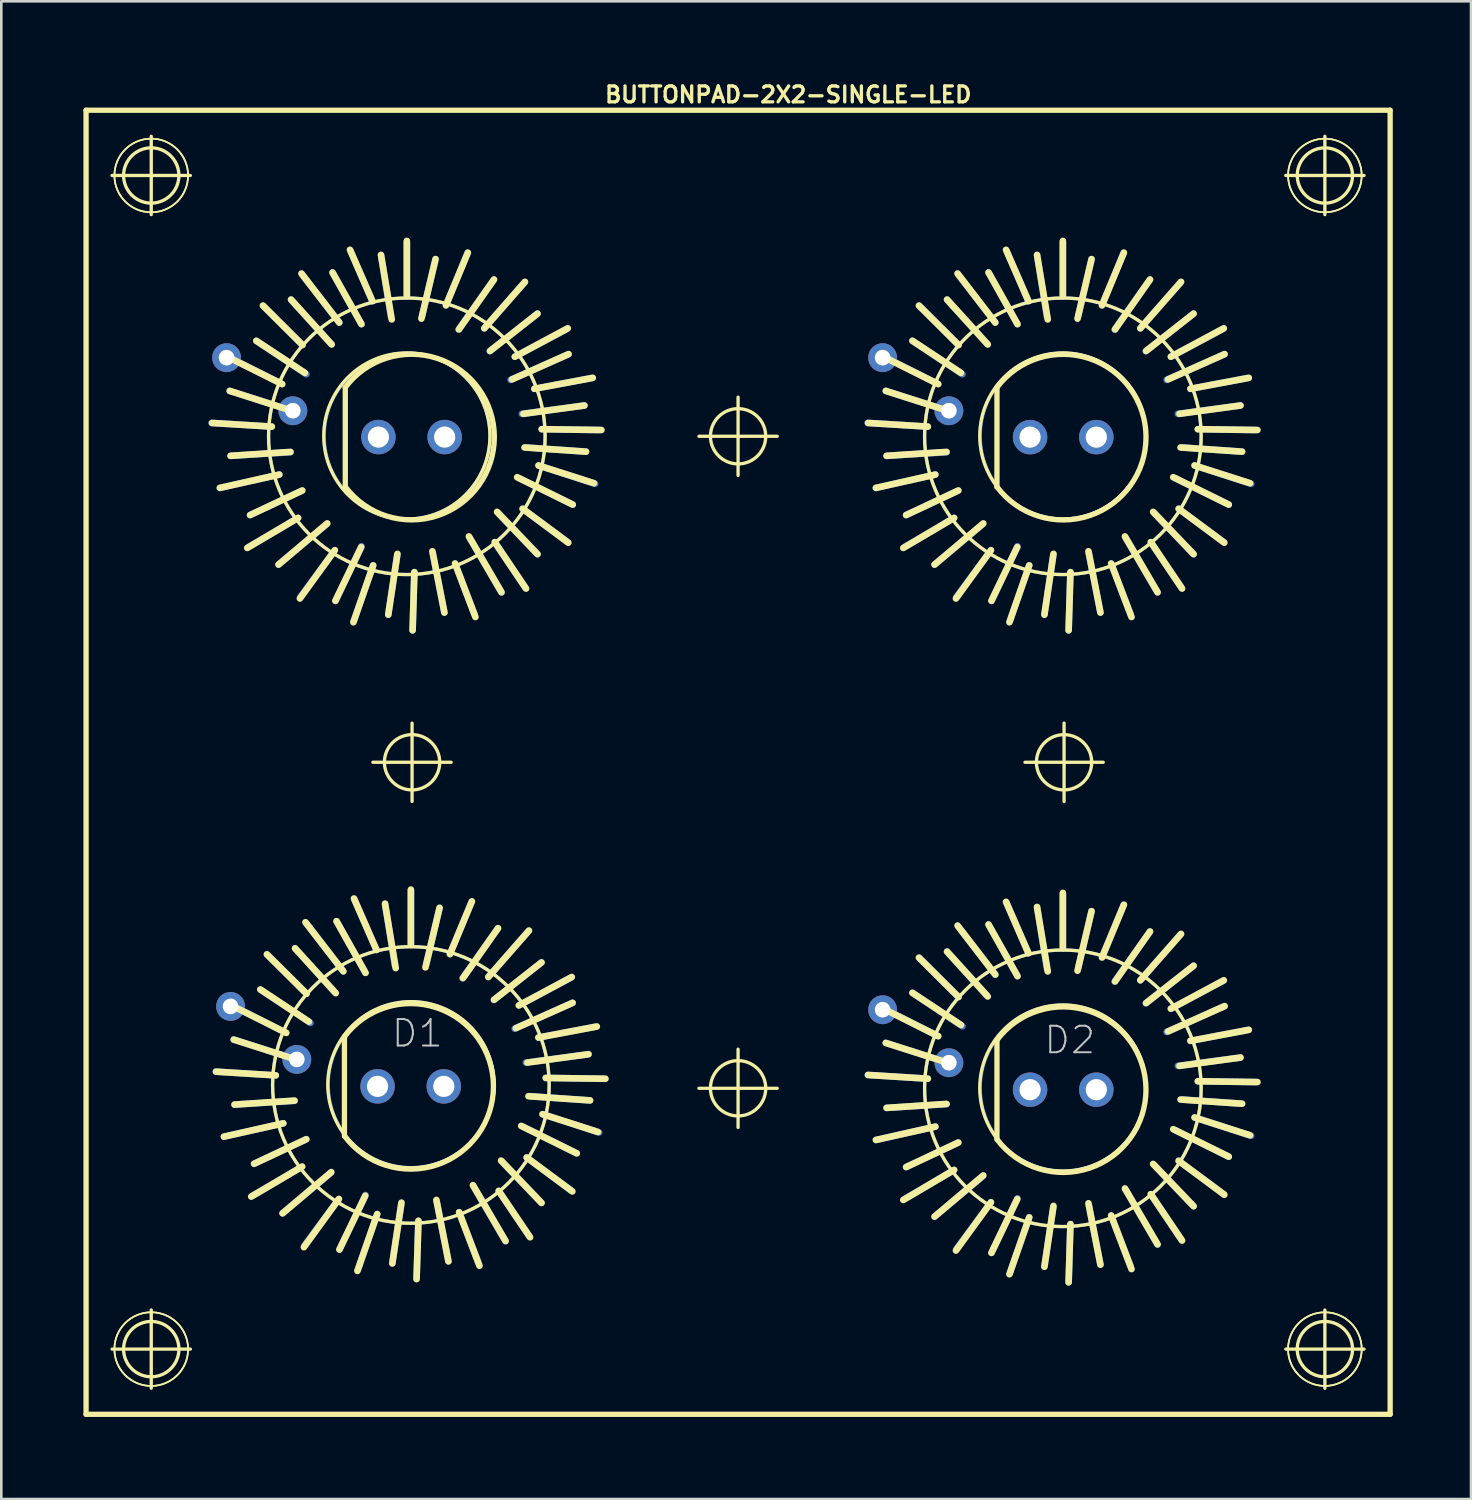
<source format=kicad_pcb>
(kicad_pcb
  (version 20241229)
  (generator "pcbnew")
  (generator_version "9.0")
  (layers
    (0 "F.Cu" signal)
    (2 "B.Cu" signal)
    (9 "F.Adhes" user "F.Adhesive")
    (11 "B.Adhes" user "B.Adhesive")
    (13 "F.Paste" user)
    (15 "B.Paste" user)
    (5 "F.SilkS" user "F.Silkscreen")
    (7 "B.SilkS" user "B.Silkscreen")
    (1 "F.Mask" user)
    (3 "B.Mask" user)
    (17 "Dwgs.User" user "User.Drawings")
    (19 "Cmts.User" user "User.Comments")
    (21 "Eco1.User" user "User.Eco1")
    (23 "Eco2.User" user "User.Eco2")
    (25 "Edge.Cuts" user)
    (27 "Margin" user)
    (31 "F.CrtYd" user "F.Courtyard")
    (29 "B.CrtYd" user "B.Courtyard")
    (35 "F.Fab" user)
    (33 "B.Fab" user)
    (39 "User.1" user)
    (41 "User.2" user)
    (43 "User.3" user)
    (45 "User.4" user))
  (footprint "BUTTONPAD-2X2-SINGLE-LED"
    (layer "F.Cu")
    (at 0.25 51.176)
    (property "Reference" "BUTTONPAD-2X2-SINGLE-LED" (at 26.924 -50.597 0) (layer "F.SilkS") (effects (font (size 0.61 0.61) (thickness 0.127))))
    (attr exclude_from_pos_files exclude_from_bom)
    (fp_line (start 4.818 -38.009) (end 7.12 -37.869) (stroke (width 0.254) (type solid)) (layer "B.Cu"))
    (fp_line (start 4.973 -13.137) (end 7.272 -12.995) (stroke (width 0.254) (type solid)) (layer "B.Cu"))
    (fp_line (start 5.138 -35.519) (end 7.409 -36.03) (stroke (width 0.254) (type solid)) (layer "B.Cu"))
    (fp_line (start 5.293 -10.645) (end 7.562 -11.156) (stroke (width 0.254) (type solid)) (layer "B.Cu"))
    (fp_line (start 5.458 -40.538) (end 7.518 -39.5) (stroke (width 0.254) (type solid)) (layer "B.Cu"))
    (fp_line (start 5.613 -15.667) (end 7.673 -14.625) (stroke (width 0.254) (type solid)) (layer "B.Cu"))
    (fp_line (start 6.228 -33.249) (end 8.128 -34.369) (stroke (width 0.254) (type solid)) (layer "B.Cu"))
    (fp_line (start 6.383 -8.377) (end 8.283 -9.495) (stroke (width 0.254) (type solid)) (layer "B.Cu"))
    (fp_line (start 6.8 -42.499) (end 8.298 -40.998) (stroke (width 0.254) (type solid)) (layer "B.Cu"))
    (fp_line (start 6.952 -17.625) (end 8.453 -16.126) (stroke (width 0.254) (type solid)) (layer "B.Cu"))
    (fp_line (start 7.838 -38.499) (end 5.509 -39.238) (stroke (width 0.254) (type solid)) (layer "B.Cu"))
    (fp_line (start 7.838 -36.888) (end 5.54 -36.749) (stroke (width 0.254) (type solid)) (layer "B.Cu"))
    (fp_line (start 7.993 -13.625) (end 5.662 -14.366) (stroke (width 0.254) (type solid)) (layer "B.Cu"))
    (fp_line (start 7.993 -12.017) (end 5.692 -11.874) (stroke (width 0.254) (type solid)) (layer "B.Cu"))
    (fp_line (start 8.209 -31.328) (end 9.538 -33.129) (stroke (width 0.254) (type solid)) (layer "B.Cu"))
    (fp_line (start 8.288 -43.698) (end 9.708 -41.859) (stroke (width 0.254) (type solid)) (layer "B.Cu"))
    (fp_line (start 8.288 -35.418) (end 6.289 -34.478) (stroke (width 0.254) (type solid)) (layer "B.Cu"))
    (fp_line (start 8.362 -6.457) (end 9.693 -8.255) (stroke (width 0.254) (type solid)) (layer "B.Cu"))
    (fp_line (start 8.443 -18.826) (end 9.863 -16.985) (stroke (width 0.254) (type solid)) (layer "B.Cu"))
    (fp_line (start 8.443 -10.546) (end 6.444 -9.606) (stroke (width 0.254) (type solid)) (layer "B.Cu"))
    (fp_line (start 8.448 -39.878) (end 6.528 -41.158) (stroke (width 0.254) (type solid)) (layer "B.Cu"))
    (fp_line (start 8.603 -15.006) (end 6.683 -16.286) (stroke (width 0.254) (type solid)) (layer "B.Cu"))
    (fp_line (start 9.228 -34.13) (end 7.379 -32.578) (stroke (width 0.254) (type solid)) (layer "B.Cu"))
    (fp_line (start 9.383 -9.256) (end 7.534 -7.706) (stroke (width 0.254) (type solid)) (layer "B.Cu"))
    (fp_line (start 9.388 -41.049) (end 7.859 -42.738) (stroke (width 0.254) (type solid)) (layer "B.Cu"))
    (fp_line (start 9.543 -16.175) (end 8.014 -17.866) (stroke (width 0.254) (type solid)) (layer "B.Cu"))
    (fp_line (start 10.14 -44.607) (end 10.978 -42.68) (stroke (width 0.254) (type solid)) (layer "B.Cu"))
    (fp_line (start 10.269 -30.419) (end 11.008 -32.548) (stroke (width 0.254) (type solid)) (layer "B.Cu"))
    (fp_line (start 10.292 -19.736) (end 11.133 -17.805) (stroke (width 0.254) (type solid)) (layer "B.Cu"))
    (fp_line (start 10.422 -5.545) (end 11.163 -7.676) (stroke (width 0.254) (type solid)) (layer "B.Cu"))
    (fp_line (start 10.559 -41.798) (end 9.449 -43.779) (stroke (width 0.254) (type solid)) (layer "B.Cu"))
    (fp_line (start 10.559 -33.279) (end 9.568 -31.189) (stroke (width 0.254) (type solid)) (layer "B.Cu"))
    (fp_line (start 10.714 -16.927) (end 9.604 -18.905) (stroke (width 0.254) (type solid)) (layer "B.Cu"))
    (fp_line (start 10.714 -8.405) (end 9.723 -6.317) (stroke (width 0.254) (type solid)) (layer "B.Cu"))
    (fp_line (start 11.689 -42.067) (end 11.308 -44.45) (stroke (width 0.254) (type solid)) (layer "B.Cu"))
    (fp_line (start 11.841 -17.196) (end 11.463 -19.576) (stroke (width 0.254) (type solid)) (layer "B.Cu"))
    (fp_line (start 11.928 -32.929) (end 11.587 -30.658) (stroke (width 0.254) (type solid)) (layer "B.Cu"))
    (fp_line (start 12.083 -8.057) (end 11.742 -5.786) (stroke (width 0.254) (type solid)) (layer "B.Cu"))
    (fp_line (start 12.299 -44.958) (end 12.299 -42.868) (stroke (width 0.254) (type solid)) (layer "B.Cu"))
    (fp_line (start 12.454 -20.086) (end 12.454 -17.996) (stroke (width 0.254) (type solid)) (layer "B.Cu"))
    (fp_line (start 12.52 -30.058) (end 12.588 -32.288) (stroke (width 0.254) (type solid)) (layer "B.Cu"))
    (fp_line (start 12.672 -5.187) (end 12.743 -7.417) (stroke (width 0.254) (type solid)) (layer "B.Cu"))
    (fp_line (start 12.888 -42.118) (end 13.399 -44.29) (stroke (width 0.254) (type solid)) (layer "B.Cu"))
    (fp_line (start 13.043 -17.247) (end 13.553 -19.416) (stroke (width 0.254) (type solid)) (layer "B.Cu"))
    (fp_line (start 13.289 -33.038) (end 13.739 -30.739) (stroke (width 0.254) (type solid)) (layer "B.Cu"))
    (fp_line (start 13.442 -8.166) (end 13.894 -5.865) (stroke (width 0.254) (type solid)) (layer "B.Cu"))
    (fp_line (start 14.28 -41.59) (end 15.639 -43.508) (stroke (width 0.254) (type solid)) (layer "B.Cu"))
    (fp_line (start 14.432 -16.716) (end 15.794 -18.636) (stroke (width 0.254) (type solid)) (layer "B.Cu"))
    (fp_line (start 14.628 -44.529) (end 13.8 -42.52) (stroke (width 0.254) (type solid)) (layer "B.Cu"))
    (fp_line (start 14.709 -33.599) (end 15.928 -31.509) (stroke (width 0.254) (type solid)) (layer "B.Cu"))
    (fp_line (start 14.783 -19.655) (end 13.952 -17.645) (stroke (width 0.254) (type solid)) (layer "B.Cu"))
    (fp_line (start 14.862 -8.725) (end 16.083 -6.634) (stroke (width 0.254) (type solid)) (layer "B.Cu"))
    (fp_line (start 14.889 -30.688) (end 14.148 -32.619) (stroke (width 0.254) (type solid)) (layer "B.Cu"))
    (fp_line (start 15.042 -5.817) (end 14.303 -7.747) (stroke (width 0.254) (type solid)) (layer "B.Cu"))
    (fp_line (start 15.479 -40.759) (end 17.308 -42.2) (stroke (width 0.254) (type solid)) (layer "B.Cu"))
    (fp_line (start 15.634 -15.885) (end 17.462 -17.325) (stroke (width 0.254) (type solid)) (layer "B.Cu"))
    (fp_line (start 15.799 -34.559) (end 17.308 -32.979) (stroke (width 0.254) (type solid)) (layer "B.Cu"))
    (fp_line (start 15.954 -9.685) (end 17.462 -8.105) (stroke (width 0.254) (type solid)) (layer "B.Cu"))
    (fp_line (start 16.279 -39.66) (end 18.499 -40.648) (stroke (width 0.254) (type solid)) (layer "B.Cu"))
    (fp_line (start 16.434 -14.785) (end 18.654 -15.776) (stroke (width 0.254) (type solid)) (layer "B.Cu"))
    (fp_line (start 16.599 -35.898) (end 18.659 -34.879) (stroke (width 0.254) (type solid)) (layer "B.Cu"))
    (fp_line (start 16.708 -38.359) (end 19.108 -38.679) (stroke (width 0.254) (type solid)) (layer "B.Cu"))
    (fp_line (start 16.754 -11.026) (end 18.814 -10.005) (stroke (width 0.254) (type solid)) (layer "B.Cu"))
    (fp_line (start 16.82 -43.409) (end 15.268 -41.638) (stroke (width 0.254) (type solid)) (layer "B.Cu"))
    (fp_line (start 16.838 -31.699) (end 15.669 -33.439) (stroke (width 0.254) (type solid)) (layer "B.Cu"))
    (fp_line (start 16.863 -13.485) (end 19.263 -13.805) (stroke (width 0.254) (type solid)) (layer "B.Cu"))
    (fp_line (start 16.899 -37.069) (end 19.169 -36.909) (stroke (width 0.254) (type solid)) (layer "B.Cu"))
    (fp_line (start 16.972 -18.537) (end 15.423 -16.767) (stroke (width 0.254) (type solid)) (layer "B.Cu"))
    (fp_line (start 16.993 -6.825) (end 15.822 -8.565) (stroke (width 0.254) (type solid)) (layer "B.Cu"))
    (fp_line (start 17.054 -12.195) (end 19.322 -12.035) (stroke (width 0.254) (type solid)) (layer "B.Cu"))
    (fp_line (start 18.448 -41.618) (end 16.439 -40.549) (stroke (width 0.254) (type solid)) (layer "B.Cu"))
    (fp_line (start 18.468 -33.439) (end 16.739 -34.719) (stroke (width 0.254) (type solid)) (layer "B.Cu"))
    (fp_line (start 18.603 -16.746) (end 16.594 -15.677) (stroke (width 0.254) (type solid)) (layer "B.Cu"))
    (fp_line (start 18.623 -8.565) (end 16.894 -9.845) (stroke (width 0.254) (type solid)) (layer "B.Cu"))
    (fp_line (start 19.408 -39.738) (end 17.188 -39.319) (stroke (width 0.254) (type solid)) (layer "B.Cu"))
    (fp_line (start 19.52 -35.679) (end 17.348 -36.378) (stroke (width 0.254) (type solid)) (layer "B.Cu"))
    (fp_line (start 19.563 -14.867) (end 17.343 -14.445) (stroke (width 0.254) (type solid)) (layer "B.Cu"))
    (fp_line (start 19.672 -10.805) (end 17.503 -11.506) (stroke (width 0.254) (type solid)) (layer "B.Cu"))
    (fp_line (start 19.68 -37.739) (end 17.478 -37.77) (stroke (width 0.254) (type solid)) (layer "B.Cu"))
    (fp_line (start 19.832 -12.865) (end 17.633 -12.896) (stroke (width 0.254) (type solid)) (layer "B.Cu"))
    (fp_line (start 29.972 -38.009) (end 32.273 -37.869) (stroke (width 0.254) (type solid)) (layer "B.Cu"))
    (fp_line (start 29.972 -13.01) (end 32.273 -12.868) (stroke (width 0.254) (type solid)) (layer "B.Cu"))
    (fp_line (start 30.292 -35.519) (end 32.563 -36.03) (stroke (width 0.254) (type solid)) (layer "B.Cu"))
    (fp_line (start 30.292 -10.518) (end 32.563 -11.029) (stroke (width 0.254) (type solid)) (layer "B.Cu"))
    (fp_line (start 30.612 -40.538) (end 32.672 -39.5) (stroke (width 0.254) (type solid)) (layer "B.Cu"))
    (fp_line (start 30.612 -15.54) (end 32.672 -14.498) (stroke (width 0.254) (type solid)) (layer "B.Cu"))
    (fp_line (start 31.382 -33.249) (end 33.282 -34.369) (stroke (width 0.254) (type solid)) (layer "B.Cu"))
    (fp_line (start 31.382 -8.25) (end 33.282 -9.368) (stroke (width 0.254) (type solid)) (layer "B.Cu"))
    (fp_line (start 31.953 -42.499) (end 33.452 -40.998) (stroke (width 0.254) (type solid)) (layer "B.Cu"))
    (fp_line (start 31.953 -17.498) (end 33.452 -15.999) (stroke (width 0.254) (type solid)) (layer "B.Cu"))
    (fp_line (start 32.992 -38.499) (end 30.663 -39.238) (stroke (width 0.254) (type solid)) (layer "B.Cu"))
    (fp_line (start 32.992 -36.888) (end 30.693 -36.749) (stroke (width 0.254) (type solid)) (layer "B.Cu"))
    (fp_line (start 32.992 -13.498) (end 30.663 -14.239) (stroke (width 0.254) (type solid)) (layer "B.Cu"))
    (fp_line (start 32.992 -11.89) (end 30.693 -11.748) (stroke (width 0.254) (type solid)) (layer "B.Cu"))
    (fp_line (start 33.363 -31.328) (end 34.694 -33.129) (stroke (width 0.254) (type solid)) (layer "B.Cu"))
    (fp_line (start 33.363 -6.33) (end 34.694 -8.128) (stroke (width 0.254) (type solid)) (layer "B.Cu"))
    (fp_line (start 33.442 -43.698) (end 34.861 -41.859) (stroke (width 0.254) (type solid)) (layer "B.Cu"))
    (fp_line (start 33.442 -35.418) (end 31.443 -34.478) (stroke (width 0.254) (type solid)) (layer "B.Cu"))
    (fp_line (start 33.442 -18.699) (end 34.861 -16.858) (stroke (width 0.254) (type solid)) (layer "B.Cu"))
    (fp_line (start 33.442 -10.419) (end 31.443 -9.479) (stroke (width 0.254) (type solid)) (layer "B.Cu"))
    (fp_line (start 33.602 -39.878) (end 31.684 -41.158) (stroke (width 0.254) (type solid)) (layer "B.Cu"))
    (fp_line (start 33.602 -14.879) (end 31.684 -16.159) (stroke (width 0.254) (type solid)) (layer "B.Cu"))
    (fp_line (start 34.384 -34.13) (end 32.532 -32.578) (stroke (width 0.254) (type solid)) (layer "B.Cu"))
    (fp_line (start 34.384 -9.129) (end 32.532 -7.579) (stroke (width 0.254) (type solid)) (layer "B.Cu"))
    (fp_line (start 34.544 -41.049) (end 33.012 -42.738) (stroke (width 0.254) (type solid)) (layer "B.Cu"))
    (fp_line (start 34.544 -16.048) (end 33.012 -17.739) (stroke (width 0.254) (type solid)) (layer "B.Cu"))
    (fp_line (start 35.293 -44.607) (end 36.132 -42.68) (stroke (width 0.254) (type solid)) (layer "B.Cu"))
    (fp_line (start 35.293 -19.609) (end 36.132 -17.678) (stroke (width 0.254) (type solid)) (layer "B.Cu"))
    (fp_line (start 35.423 -30.419) (end 36.162 -32.548) (stroke (width 0.254) (type solid)) (layer "B.Cu"))
    (fp_line (start 35.423 -5.418) (end 36.162 -7.549) (stroke (width 0.254) (type solid)) (layer "B.Cu"))
    (fp_line (start 35.712 -41.798) (end 34.602 -43.779) (stroke (width 0.254) (type solid)) (layer "B.Cu"))
    (fp_line (start 35.712 -33.279) (end 34.722 -31.189) (stroke (width 0.254) (type solid)) (layer "B.Cu"))
    (fp_line (start 35.712 -16.8) (end 34.602 -18.778) (stroke (width 0.254) (type solid)) (layer "B.Cu"))
    (fp_line (start 35.712 -8.278) (end 34.722 -6.19) (stroke (width 0.254) (type solid)) (layer "B.Cu"))
    (fp_line (start 36.843 -42.067) (end 36.462 -44.45) (stroke (width 0.254) (type solid)) (layer "B.Cu"))
    (fp_line (start 36.843 -17.069) (end 36.462 -19.449) (stroke (width 0.254) (type solid)) (layer "B.Cu"))
    (fp_line (start 37.084 -32.929) (end 36.744 -30.658) (stroke (width 0.254) (type solid)) (layer "B.Cu"))
    (fp_line (start 37.084 -7.93) (end 36.744 -5.659) (stroke (width 0.254) (type solid)) (layer "B.Cu"))
    (fp_line (start 37.452 -44.958) (end 37.452 -42.868) (stroke (width 0.254) (type solid)) (layer "B.Cu"))
    (fp_line (start 37.452 -19.959) (end 37.452 -17.869) (stroke (width 0.254) (type solid)) (layer "B.Cu"))
    (fp_line (start 37.673 -30.058) (end 37.742 -32.288) (stroke (width 0.254) (type solid)) (layer "B.Cu"))
    (fp_line (start 37.673 -5.06) (end 37.742 -7.29) (stroke (width 0.254) (type solid)) (layer "B.Cu"))
    (fp_line (start 38.042 -42.118) (end 38.552 -44.29) (stroke (width 0.254) (type solid)) (layer "B.Cu"))
    (fp_line (start 38.042 -17.12) (end 38.552 -19.289) (stroke (width 0.254) (type solid)) (layer "B.Cu"))
    (fp_line (start 38.443 -33.038) (end 38.892 -30.739) (stroke (width 0.254) (type solid)) (layer "B.Cu"))
    (fp_line (start 38.443 -8.039) (end 38.892 -5.738) (stroke (width 0.254) (type solid)) (layer "B.Cu"))
    (fp_line (start 39.434 -41.59) (end 40.792 -43.508) (stroke (width 0.254) (type solid)) (layer "B.Cu"))
    (fp_line (start 39.434 -16.589) (end 40.792 -18.509) (stroke (width 0.254) (type solid)) (layer "B.Cu"))
    (fp_line (start 39.781 -44.529) (end 38.953 -42.52) (stroke (width 0.254) (type solid)) (layer "B.Cu"))
    (fp_line (start 39.781 -19.528) (end 38.953 -17.518) (stroke (width 0.254) (type solid)) (layer "B.Cu"))
    (fp_line (start 39.863 -33.599) (end 41.082 -31.509) (stroke (width 0.254) (type solid)) (layer "B.Cu"))
    (fp_line (start 39.863 -8.598) (end 41.082 -6.507) (stroke (width 0.254) (type solid)) (layer "B.Cu"))
    (fp_line (start 40.043 -30.688) (end 39.304 -32.619) (stroke (width 0.254) (type solid)) (layer "B.Cu"))
    (fp_line (start 40.043 -5.69) (end 39.304 -7.62) (stroke (width 0.254) (type solid)) (layer "B.Cu"))
    (fp_line (start 40.632 -40.759) (end 42.464 -42.2) (stroke (width 0.254) (type solid)) (layer "B.Cu"))
    (fp_line (start 40.632 -15.758) (end 42.464 -17.198) (stroke (width 0.254) (type solid)) (layer "B.Cu"))
    (fp_line (start 40.952 -34.559) (end 42.464 -32.979) (stroke (width 0.254) (type solid)) (layer "B.Cu"))
    (fp_line (start 40.952 -9.558) (end 42.464 -7.978) (stroke (width 0.254) (type solid)) (layer "B.Cu"))
    (fp_line (start 41.432 -39.66) (end 43.652 -40.648) (stroke (width 0.254) (type solid)) (layer "B.Cu"))
    (fp_line (start 41.432 -14.658) (end 43.652 -15.649) (stroke (width 0.254) (type solid)) (layer "B.Cu"))
    (fp_line (start 41.753 -35.898) (end 43.812 -34.879) (stroke (width 0.254) (type solid)) (layer "B.Cu"))
    (fp_line (start 41.753 -10.899) (end 43.812 -9.878) (stroke (width 0.254) (type solid)) (layer "B.Cu"))
    (fp_line (start 41.862 -38.359) (end 44.262 -38.679) (stroke (width 0.254) (type solid)) (layer "B.Cu"))
    (fp_line (start 41.862 -13.358) (end 44.262 -13.678) (stroke (width 0.254) (type solid)) (layer "B.Cu"))
    (fp_line (start 41.974 -43.409) (end 40.422 -41.638) (stroke (width 0.254) (type solid)) (layer "B.Cu"))
    (fp_line (start 41.974 -18.41) (end 40.422 -16.64) (stroke (width 0.254) (type solid)) (layer "B.Cu"))
    (fp_line (start 41.994 -31.699) (end 40.823 -33.439) (stroke (width 0.254) (type solid)) (layer "B.Cu"))
    (fp_line (start 41.994 -6.698) (end 40.823 -8.438) (stroke (width 0.254) (type solid)) (layer "B.Cu"))
    (fp_line (start 42.052 -37.069) (end 44.323 -36.909) (stroke (width 0.254) (type solid)) (layer "B.Cu"))
    (fp_line (start 42.052 -12.068) (end 44.323 -11.908) (stroke (width 0.254) (type solid)) (layer "B.Cu"))
    (fp_line (start 43.602 -41.618) (end 41.593 -40.549) (stroke (width 0.254) (type solid)) (layer "B.Cu"))
    (fp_line (start 43.602 -16.619) (end 41.593 -15.55) (stroke (width 0.254) (type solid)) (layer "B.Cu"))
    (fp_line (start 43.622 -33.439) (end 41.892 -34.719) (stroke (width 0.254) (type solid)) (layer "B.Cu"))
    (fp_line (start 43.622 -8.438) (end 41.892 -9.718) (stroke (width 0.254) (type solid)) (layer "B.Cu"))
    (fp_line (start 44.562 -39.738) (end 42.342 -39.319) (stroke (width 0.254) (type solid)) (layer "B.Cu"))
    (fp_line (start 44.562 -14.74) (end 42.342 -14.318) (stroke (width 0.254) (type solid)) (layer "B.Cu"))
    (fp_line (start 44.674 -35.679) (end 42.502 -36.378) (stroke (width 0.254) (type solid)) (layer "B.Cu"))
    (fp_line (start 44.674 -10.678) (end 42.502 -11.379) (stroke (width 0.254) (type solid)) (layer "B.Cu"))
    (fp_line (start 44.834 -37.739) (end 42.634 -37.77) (stroke (width 0.254) (type solid)) (layer "B.Cu"))
    (fp_line (start 44.834 -12.738) (end 42.634 -12.769) (stroke (width 0.254) (type solid)) (layer "B.Cu"))
    (fp_circle (center 12.299 -37.498) (end 16.048 -41.247) (stroke (width 0.127) (type solid)) (fill no) (layer "B.Cu"))
    (fp_circle (center 12.309 -37.508) (end 14.557 -39.756) (stroke (width 0.127) (type solid)) (fill no) (layer "B.Cu"))
    (fp_circle (center 12.454 -12.626) (end 16.203 -16.375) (stroke (width 0.127) (type solid)) (fill no) (layer "B.Cu"))
    (fp_circle (center 12.464 -12.636) (end 14.712 -14.884) (stroke (width 0.127) (type solid)) (fill no) (layer "B.Cu"))
    (fp_circle (center 37.452 -37.498) (end 41.201 -41.247) (stroke (width 0.127) (type solid)) (fill no) (layer "B.Cu"))
    (fp_circle (center 37.452 -12.499) (end 41.201 -16.248) (stroke (width 0.127) (type solid)) (fill no) (layer "B.Cu"))
    (fp_circle (center 37.462 -37.508) (end 39.71 -39.756) (stroke (width 0.127) (type solid)) (fill no) (layer "B.Cu"))
    (fp_circle (center 37.462 -12.509) (end 39.71 -14.757) (stroke (width 0.127) (type solid)) (fill no) (layer "B.Cu"))
    (fp_line (start 0 -50) (end 50 -50) (stroke (width 0.203) (type solid)) (layer "F.SilkS"))
    (fp_line (start 0 0) (end 0 -50) (stroke (width 0.203) (type solid)) (layer "F.SilkS"))
    (fp_line (start 0.998 -47.498) (end 3.998 -47.498) (stroke (width 0.127) (type solid)) (layer "F.SilkS"))
    (fp_line (start 0.998 -2.499) (end 3.998 -2.499) (stroke (width 0.127) (type solid)) (layer "F.SilkS"))
    (fp_line (start 2.499 -45.999) (end 2.499 -48.999) (stroke (width 0.127) (type solid)) (layer "F.SilkS"))
    (fp_line (start 2.499 -0.998) (end 2.499 -3.998) (stroke (width 0.127) (type solid)) (layer "F.SilkS"))
    (fp_line (start 4.829 -38.009) (end 7.12 -37.869) (stroke (width 0.254) (type solid)) (layer "F.SilkS"))
    (fp_line (start 4.983 -13.137) (end 7.272 -12.995) (stroke (width 0.254) (type solid)) (layer "F.SilkS"))
    (fp_line (start 5.458 -40.528) (end 7.518 -39.5) (stroke (width 0.254) (type solid)) (layer "F.SilkS"))
    (fp_line (start 5.509 -39.238) (end 7.879 -38.478) (stroke (width 0.254) (type solid)) (layer "F.SilkS"))
    (fp_line (start 5.54 -36.749) (end 7.838 -36.899) (stroke (width 0.254) (type solid)) (layer "F.SilkS"))
    (fp_line (start 5.613 -15.657) (end 7.673 -14.625) (stroke (width 0.254) (type solid)) (layer "F.SilkS"))
    (fp_line (start 5.662 -14.366) (end 8.031 -13.607) (stroke (width 0.254) (type solid)) (layer "F.SilkS"))
    (fp_line (start 5.692 -11.874) (end 7.993 -12.027) (stroke (width 0.254) (type solid)) (layer "F.SilkS"))
    (fp_line (start 6.18 -33.218) (end 8.128 -34.369) (stroke (width 0.254) (type solid)) (layer "F.SilkS"))
    (fp_line (start 6.289 -34.478) (end 8.288 -35.418) (stroke (width 0.254) (type solid)) (layer "F.SilkS"))
    (fp_line (start 6.332 -8.346) (end 8.283 -9.495) (stroke (width 0.254) (type solid)) (layer "F.SilkS"))
    (fp_line (start 6.444 -9.606) (end 8.443 -10.546) (stroke (width 0.254) (type solid)) (layer "F.SilkS"))
    (fp_line (start 6.528 -41.158) (end 8.39 -39.929) (stroke (width 0.254) (type solid)) (layer "F.SilkS"))
    (fp_line (start 6.683 -16.286) (end 8.542 -15.055) (stroke (width 0.254) (type solid)) (layer "F.SilkS"))
    (fp_line (start 6.779 -42.509) (end 8.298 -40.998) (stroke (width 0.254) (type solid)) (layer "F.SilkS"))
    (fp_line (start 6.932 -17.635) (end 8.453 -16.126) (stroke (width 0.254) (type solid)) (layer "F.SilkS"))
    (fp_line (start 7.409 -36.03) (end 5.128 -35.519) (stroke (width 0.254) (type solid)) (layer "F.SilkS"))
    (fp_line (start 7.562 -11.156) (end 5.283 -10.645) (stroke (width 0.254) (type solid)) (layer "F.SilkS"))
    (fp_line (start 7.859 -42.738) (end 9.418 -41.018) (stroke (width 0.254) (type solid)) (layer "F.SilkS"))
    (fp_line (start 8.014 -17.866) (end 9.573 -16.147) (stroke (width 0.254) (type solid)) (layer "F.SilkS"))
    (fp_line (start 8.258 -43.739) (end 9.708 -41.859) (stroke (width 0.254) (type solid)) (layer "F.SilkS"))
    (fp_line (start 8.412 -18.865) (end 9.863 -16.985) (stroke (width 0.254) (type solid)) (layer "F.SilkS"))
    (fp_line (start 9.248 -34.158) (end 7.379 -32.578) (stroke (width 0.254) (type solid)) (layer "F.SilkS"))
    (fp_line (start 9.403 -9.286) (end 7.534 -7.706) (stroke (width 0.254) (type solid)) (layer "F.SilkS"))
    (fp_line (start 9.449 -43.779) (end 10.559 -41.798) (stroke (width 0.254) (type solid)) (layer "F.SilkS"))
    (fp_line (start 9.538 -33.129) (end 8.199 -31.278) (stroke (width 0.254) (type solid)) (layer "F.SilkS"))
    (fp_line (start 9.558 -31.189) (end 10.549 -33.249) (stroke (width 0.254) (type solid)) (layer "F.SilkS"))
    (fp_line (start 9.604 -18.905) (end 10.714 -16.927) (stroke (width 0.254) (type solid)) (layer "F.SilkS"))
    (fp_line (start 9.693 -8.255) (end 8.352 -6.406) (stroke (width 0.254) (type solid)) (layer "F.SilkS"))
    (fp_line (start 9.713 -6.317) (end 10.704 -8.377) (stroke (width 0.254) (type solid)) (layer "F.SilkS"))
    (fp_line (start 9.906 -14.475) (end 9.906 -10.668) (stroke (width 0.203) (type solid)) (layer "F.SilkS"))
    (fp_line (start 9.939 -39.373) (end 9.939 -35.563) (stroke (width 0.203) (type solid)) (layer "F.SilkS"))
    (fp_line (start 10.978 -42.68) (end 10.119 -44.648) (stroke (width 0.254) (type solid)) (layer "F.SilkS"))
    (fp_line (start 10.998 -24.999) (end 13.998 -24.999) (stroke (width 0.127) (type solid)) (layer "F.SilkS"))
    (fp_line (start 11.008 -32.548) (end 10.249 -30.368) (stroke (width 0.254) (type solid)) (layer "F.SilkS"))
    (fp_line (start 11.133 -17.805) (end 10.272 -19.776) (stroke (width 0.254) (type solid)) (layer "F.SilkS"))
    (fp_line (start 11.163 -7.676) (end 10.404 -5.497) (stroke (width 0.254) (type solid)) (layer "F.SilkS"))
    (fp_line (start 11.587 -30.658) (end 11.938 -32.99) (stroke (width 0.254) (type solid)) (layer "F.SilkS"))
    (fp_line (start 11.72 -41.979) (end 11.308 -44.45) (stroke (width 0.254) (type solid)) (layer "F.SilkS"))
    (fp_line (start 11.742 -5.786) (end 12.093 -8.115) (stroke (width 0.254) (type solid)) (layer "F.SilkS"))
    (fp_line (start 11.872 -17.107) (end 11.463 -19.576) (stroke (width 0.254) (type solid)) (layer "F.SilkS"))
    (fp_line (start 12.299 -42.868) (end 12.299 -44.988) (stroke (width 0.254) (type solid)) (layer "F.SilkS"))
    (fp_line (start 12.454 -17.996) (end 12.454 -20.117) (stroke (width 0.254) (type solid)) (layer "F.SilkS"))
    (fp_line (start 12.499 -23.498) (end 12.499 -26.5) (stroke (width 0.127) (type solid)) (layer "F.SilkS"))
    (fp_line (start 12.588 -32.288) (end 12.52 -30.058) (stroke (width 0.254) (type solid)) (layer "F.SilkS"))
    (fp_line (start 12.743 -7.417) (end 12.672 -5.187) (stroke (width 0.254) (type solid)) (layer "F.SilkS"))
    (fp_line (start 12.857 -42.009) (end 13.399 -44.29) (stroke (width 0.254) (type solid)) (layer "F.SilkS"))
    (fp_line (start 13.012 -17.135) (end 13.553 -19.416) (stroke (width 0.254) (type solid)) (layer "F.SilkS"))
    (fp_line (start 13.739 -30.739) (end 13.279 -33.089) (stroke (width 0.254) (type solid)) (layer "F.SilkS"))
    (fp_line (start 13.8 -42.52) (end 14.638 -44.539) (stroke (width 0.254) (type solid)) (layer "F.SilkS"))
    (fp_line (start 13.894 -5.865) (end 13.432 -8.217) (stroke (width 0.254) (type solid)) (layer "F.SilkS"))
    (fp_line (start 13.952 -17.645) (end 14.793 -19.665) (stroke (width 0.254) (type solid)) (layer "F.SilkS"))
    (fp_line (start 14.148 -32.619) (end 14.928 -30.569) (stroke (width 0.254) (type solid)) (layer "F.SilkS"))
    (fp_line (start 14.298 -41.598) (end 15.639 -43.508) (stroke (width 0.254) (type solid)) (layer "F.SilkS"))
    (fp_line (start 14.303 -7.747) (end 15.083 -5.695) (stroke (width 0.254) (type solid)) (layer "F.SilkS"))
    (fp_line (start 14.453 -16.726) (end 15.794 -18.636) (stroke (width 0.254) (type solid)) (layer "F.SilkS"))
    (fp_line (start 15.489 -40.77) (end 17.308 -42.2) (stroke (width 0.254) (type solid)) (layer "F.SilkS"))
    (fp_line (start 15.644 -15.895) (end 17.462 -17.325) (stroke (width 0.254) (type solid)) (layer "F.SilkS"))
    (fp_line (start 15.669 -33.439) (end 16.868 -31.659) (stroke (width 0.254) (type solid)) (layer "F.SilkS"))
    (fp_line (start 15.758 -34.6) (end 17.308 -32.979) (stroke (width 0.254) (type solid)) (layer "F.SilkS"))
    (fp_line (start 15.822 -8.565) (end 17.023 -6.787) (stroke (width 0.254) (type solid)) (layer "F.SilkS"))
    (fp_line (start 15.913 -9.726) (end 17.462 -8.105) (stroke (width 0.254) (type solid)) (layer "F.SilkS"))
    (fp_line (start 15.928 -31.519) (end 14.679 -33.658) (stroke (width 0.254) (type solid)) (layer "F.SilkS"))
    (fp_line (start 16.083 -6.645) (end 14.834 -8.786) (stroke (width 0.254) (type solid)) (layer "F.SilkS"))
    (fp_line (start 16.33 -39.68) (end 18.499 -40.648) (stroke (width 0.254) (type solid)) (layer "F.SilkS"))
    (fp_line (start 16.439 -40.549) (end 18.468 -41.638) (stroke (width 0.254) (type solid)) (layer "F.SilkS"))
    (fp_line (start 16.482 -14.806) (end 18.654 -15.776) (stroke (width 0.254) (type solid)) (layer "F.SilkS"))
    (fp_line (start 16.528 -35.928) (end 18.659 -34.879) (stroke (width 0.254) (type solid)) (layer "F.SilkS"))
    (fp_line (start 16.594 -15.677) (end 18.623 -16.767) (stroke (width 0.254) (type solid)) (layer "F.SilkS"))
    (fp_line (start 16.683 -11.057) (end 18.814 -10.005) (stroke (width 0.254) (type solid)) (layer "F.SilkS"))
    (fp_line (start 16.739 -34.719) (end 18.489 -33.419) (stroke (width 0.254) (type solid)) (layer "F.SilkS"))
    (fp_line (start 16.769 -38.359) (end 19.108 -38.679) (stroke (width 0.254) (type solid)) (layer "F.SilkS"))
    (fp_line (start 16.81 -37.069) (end 19.169 -36.909) (stroke (width 0.254) (type solid)) (layer "F.SilkS"))
    (fp_line (start 16.828 -43.419) (end 15.268 -41.638) (stroke (width 0.254) (type solid)) (layer "F.SilkS"))
    (fp_line (start 16.894 -9.845) (end 18.644 -8.545) (stroke (width 0.254) (type solid)) (layer "F.SilkS"))
    (fp_line (start 16.921 -13.485) (end 19.263 -13.805) (stroke (width 0.254) (type solid)) (layer "F.SilkS"))
    (fp_line (start 16.962 -12.195) (end 19.322 -12.035) (stroke (width 0.254) (type solid)) (layer "F.SilkS"))
    (fp_line (start 16.982 -18.545) (end 15.423 -16.767) (stroke (width 0.254) (type solid)) (layer "F.SilkS"))
    (fp_line (start 17.188 -39.319) (end 19.428 -39.738) (stroke (width 0.254) (type solid)) (layer "F.SilkS"))
    (fp_line (start 17.343 -14.445) (end 19.583 -14.867) (stroke (width 0.254) (type solid)) (layer "F.SilkS"))
    (fp_line (start 17.348 -36.378) (end 19.469 -35.7) (stroke (width 0.254) (type solid)) (layer "F.SilkS"))
    (fp_line (start 17.468 -37.77) (end 19.759 -37.739) (stroke (width 0.254) (type solid)) (layer "F.SilkS"))
    (fp_line (start 17.503 -11.506) (end 19.622 -10.825) (stroke (width 0.254) (type solid)) (layer "F.SilkS"))
    (fp_line (start 17.623 -12.896) (end 19.914 -12.865) (stroke (width 0.254) (type solid)) (layer "F.SilkS"))
    (fp_line (start 23.498 -37.498) (end 26.5 -37.498) (stroke (width 0.127) (type solid)) (layer "F.SilkS"))
    (fp_line (start 23.498 -12.499) (end 26.5 -12.499) (stroke (width 0.127) (type solid)) (layer "F.SilkS"))
    (fp_line (start 24.999 -35.999) (end 24.999 -38.999) (stroke (width 0.127) (type solid)) (layer "F.SilkS"))
    (fp_line (start 24.999 -10.998) (end 24.999 -13.998) (stroke (width 0.127) (type solid)) (layer "F.SilkS"))
    (fp_line (start 29.982 -38.009) (end 32.273 -37.869) (stroke (width 0.254) (type solid)) (layer "F.SilkS"))
    (fp_line (start 29.982 -13.01) (end 32.273 -12.868) (stroke (width 0.254) (type solid)) (layer "F.SilkS"))
    (fp_line (start 30.612 -40.528) (end 32.672 -39.5) (stroke (width 0.254) (type solid)) (layer "F.SilkS"))
    (fp_line (start 30.612 -15.53) (end 32.672 -14.498) (stroke (width 0.254) (type solid)) (layer "F.SilkS"))
    (fp_line (start 30.663 -39.238) (end 33.033 -38.478) (stroke (width 0.254) (type solid)) (layer "F.SilkS"))
    (fp_line (start 30.663 -14.239) (end 33.033 -13.48) (stroke (width 0.254) (type solid)) (layer "F.SilkS"))
    (fp_line (start 30.693 -36.749) (end 32.992 -36.899) (stroke (width 0.254) (type solid)) (layer "F.SilkS"))
    (fp_line (start 30.693 -11.748) (end 32.992 -11.9) (stroke (width 0.254) (type solid)) (layer "F.SilkS"))
    (fp_line (start 31.333 -33.218) (end 33.282 -34.369) (stroke (width 0.254) (type solid)) (layer "F.SilkS"))
    (fp_line (start 31.333 -8.219) (end 33.282 -9.368) (stroke (width 0.254) (type solid)) (layer "F.SilkS"))
    (fp_line (start 31.443 -34.478) (end 33.442 -35.418) (stroke (width 0.254) (type solid)) (layer "F.SilkS"))
    (fp_line (start 31.443 -9.479) (end 33.442 -10.419) (stroke (width 0.254) (type solid)) (layer "F.SilkS"))
    (fp_line (start 31.684 -41.158) (end 33.543 -39.929) (stroke (width 0.254) (type solid)) (layer "F.SilkS"))
    (fp_line (start 31.684 -16.159) (end 33.543 -14.928) (stroke (width 0.254) (type solid)) (layer "F.SilkS"))
    (fp_line (start 31.933 -42.509) (end 33.452 -40.998) (stroke (width 0.254) (type solid)) (layer "F.SilkS"))
    (fp_line (start 31.933 -17.508) (end 33.452 -15.999) (stroke (width 0.254) (type solid)) (layer "F.SilkS"))
    (fp_line (start 32.563 -36.03) (end 30.282 -35.519) (stroke (width 0.254) (type solid)) (layer "F.SilkS"))
    (fp_line (start 32.563 -11.029) (end 30.282 -10.518) (stroke (width 0.254) (type solid)) (layer "F.SilkS"))
    (fp_line (start 33.012 -42.738) (end 34.572 -41.018) (stroke (width 0.254) (type solid)) (layer "F.SilkS"))
    (fp_line (start 33.012 -17.739) (end 34.572 -16.02) (stroke (width 0.254) (type solid)) (layer "F.SilkS"))
    (fp_line (start 33.414 -43.739) (end 34.861 -41.859) (stroke (width 0.254) (type solid)) (layer "F.SilkS"))
    (fp_line (start 33.414 -18.738) (end 34.861 -16.858) (stroke (width 0.254) (type solid)) (layer "F.SilkS"))
    (fp_line (start 34.402 -34.158) (end 32.532 -32.578) (stroke (width 0.254) (type solid)) (layer "F.SilkS"))
    (fp_line (start 34.402 -9.159) (end 32.532 -7.579) (stroke (width 0.254) (type solid)) (layer "F.SilkS"))
    (fp_line (start 34.602 -43.779) (end 35.712 -41.798) (stroke (width 0.254) (type solid)) (layer "F.SilkS"))
    (fp_line (start 34.602 -18.778) (end 35.712 -16.8) (stroke (width 0.254) (type solid)) (layer "F.SilkS"))
    (fp_line (start 34.694 -33.129) (end 33.353 -31.278) (stroke (width 0.254) (type solid)) (layer "F.SilkS"))
    (fp_line (start 34.694 -8.128) (end 33.353 -6.279) (stroke (width 0.254) (type solid)) (layer "F.SilkS"))
    (fp_line (start 34.712 -31.189) (end 35.702 -33.249) (stroke (width 0.254) (type solid)) (layer "F.SilkS"))
    (fp_line (start 34.712 -6.19) (end 35.702 -8.25) (stroke (width 0.254) (type solid)) (layer "F.SilkS"))
    (fp_line (start 34.925 -39.37) (end 34.925 -35.56) (stroke (width 0.203) (type solid)) (layer "F.SilkS"))
    (fp_line (start 34.925 -14.348) (end 34.925 -10.541) (stroke (width 0.203) (type solid)) (layer "F.SilkS"))
    (fp_line (start 35.999 -24.999) (end 38.999 -24.999) (stroke (width 0.127) (type solid)) (layer "F.SilkS"))
    (fp_line (start 36.132 -42.68) (end 35.273 -44.648) (stroke (width 0.254) (type solid)) (layer "F.SilkS"))
    (fp_line (start 36.132 -17.678) (end 35.273 -19.649) (stroke (width 0.254) (type solid)) (layer "F.SilkS"))
    (fp_line (start 36.162 -32.548) (end 35.403 -30.368) (stroke (width 0.254) (type solid)) (layer "F.SilkS"))
    (fp_line (start 36.162 -7.549) (end 35.403 -5.37) (stroke (width 0.254) (type solid)) (layer "F.SilkS"))
    (fp_line (start 36.744 -30.658) (end 37.092 -32.99) (stroke (width 0.254) (type solid)) (layer "F.SilkS"))
    (fp_line (start 36.744 -5.659) (end 37.092 -7.988) (stroke (width 0.254) (type solid)) (layer "F.SilkS"))
    (fp_line (start 36.873 -41.979) (end 36.462 -44.45) (stroke (width 0.254) (type solid)) (layer "F.SilkS"))
    (fp_line (start 36.873 -16.98) (end 36.462 -19.449) (stroke (width 0.254) (type solid)) (layer "F.SilkS"))
    (fp_line (start 37.452 -42.868) (end 37.452 -44.988) (stroke (width 0.254) (type solid)) (layer "F.SilkS"))
    (fp_line (start 37.452 -17.869) (end 37.452 -19.99) (stroke (width 0.254) (type solid)) (layer "F.SilkS"))
    (fp_line (start 37.498 -23.498) (end 37.498 -26.5) (stroke (width 0.127) (type solid)) (layer "F.SilkS"))
    (fp_line (start 37.742 -32.288) (end 37.673 -30.058) (stroke (width 0.254) (type solid)) (layer "F.SilkS"))
    (fp_line (start 37.742 -7.29) (end 37.673 -5.06) (stroke (width 0.254) (type solid)) (layer "F.SilkS"))
    (fp_line (start 38.014 -42.009) (end 38.552 -44.29) (stroke (width 0.254) (type solid)) (layer "F.SilkS"))
    (fp_line (start 38.014 -17.008) (end 38.552 -19.289) (stroke (width 0.254) (type solid)) (layer "F.SilkS"))
    (fp_line (start 38.892 -30.739) (end 38.433 -33.089) (stroke (width 0.254) (type solid)) (layer "F.SilkS"))
    (fp_line (start 38.892 -5.738) (end 38.433 -8.09) (stroke (width 0.254) (type solid)) (layer "F.SilkS"))
    (fp_line (start 38.953 -42.52) (end 39.792 -44.539) (stroke (width 0.254) (type solid)) (layer "F.SilkS"))
    (fp_line (start 38.953 -17.518) (end 39.792 -19.538) (stroke (width 0.254) (type solid)) (layer "F.SilkS"))
    (fp_line (start 39.304 -32.619) (end 40.084 -30.569) (stroke (width 0.254) (type solid)) (layer "F.SilkS"))
    (fp_line (start 39.304 -7.62) (end 40.084 -5.568) (stroke (width 0.254) (type solid)) (layer "F.SilkS"))
    (fp_line (start 39.454 -41.598) (end 40.792 -43.508) (stroke (width 0.254) (type solid)) (layer "F.SilkS"))
    (fp_line (start 39.454 -16.599) (end 40.792 -18.509) (stroke (width 0.254) (type solid)) (layer "F.SilkS"))
    (fp_line (start 40.643 -40.77) (end 42.464 -42.2) (stroke (width 0.254) (type solid)) (layer "F.SilkS"))
    (fp_line (start 40.643 -15.768) (end 42.464 -17.198) (stroke (width 0.254) (type solid)) (layer "F.SilkS"))
    (fp_line (start 40.823 -33.439) (end 42.022 -31.659) (stroke (width 0.254) (type solid)) (layer "F.SilkS"))
    (fp_line (start 40.823 -8.438) (end 42.022 -6.66) (stroke (width 0.254) (type solid)) (layer "F.SilkS"))
    (fp_line (start 40.912 -34.6) (end 42.464 -32.979) (stroke (width 0.254) (type solid)) (layer "F.SilkS"))
    (fp_line (start 40.912 -9.599) (end 42.464 -7.978) (stroke (width 0.254) (type solid)) (layer "F.SilkS"))
    (fp_line (start 41.082 -31.519) (end 39.832 -33.658) (stroke (width 0.254) (type solid)) (layer "F.SilkS"))
    (fp_line (start 41.082 -6.518) (end 39.832 -8.659) (stroke (width 0.254) (type solid)) (layer "F.SilkS"))
    (fp_line (start 41.483 -39.68) (end 43.652 -40.648) (stroke (width 0.254) (type solid)) (layer "F.SilkS"))
    (fp_line (start 41.483 -14.679) (end 43.652 -15.649) (stroke (width 0.254) (type solid)) (layer "F.SilkS"))
    (fp_line (start 41.593 -40.549) (end 43.622 -41.638) (stroke (width 0.254) (type solid)) (layer "F.SilkS"))
    (fp_line (start 41.593 -15.55) (end 43.622 -16.64) (stroke (width 0.254) (type solid)) (layer "F.SilkS"))
    (fp_line (start 41.684 -35.928) (end 43.812 -34.879) (stroke (width 0.254) (type solid)) (layer "F.SilkS"))
    (fp_line (start 41.684 -10.93) (end 43.812 -9.878) (stroke (width 0.254) (type solid)) (layer "F.SilkS"))
    (fp_line (start 41.892 -34.719) (end 43.642 -33.419) (stroke (width 0.254) (type solid)) (layer "F.SilkS"))
    (fp_line (start 41.892 -9.718) (end 43.642 -8.418) (stroke (width 0.254) (type solid)) (layer "F.SilkS"))
    (fp_line (start 41.923 -38.359) (end 44.262 -38.679) (stroke (width 0.254) (type solid)) (layer "F.SilkS"))
    (fp_line (start 41.923 -13.358) (end 44.262 -13.678) (stroke (width 0.254) (type solid)) (layer "F.SilkS"))
    (fp_line (start 41.963 -37.069) (end 44.323 -36.909) (stroke (width 0.254) (type solid)) (layer "F.SilkS"))
    (fp_line (start 41.963 -12.068) (end 44.323 -11.908) (stroke (width 0.254) (type solid)) (layer "F.SilkS"))
    (fp_line (start 41.984 -43.419) (end 40.422 -41.638) (stroke (width 0.254) (type solid)) (layer "F.SilkS"))
    (fp_line (start 41.984 -18.418) (end 40.422 -16.64) (stroke (width 0.254) (type solid)) (layer "F.SilkS"))
    (fp_line (start 42.342 -39.319) (end 44.582 -39.738) (stroke (width 0.254) (type solid)) (layer "F.SilkS"))
    (fp_line (start 42.342 -14.318) (end 44.582 -14.74) (stroke (width 0.254) (type solid)) (layer "F.SilkS"))
    (fp_line (start 42.502 -36.378) (end 44.623 -35.7) (stroke (width 0.254) (type solid)) (layer "F.SilkS"))
    (fp_line (start 42.502 -11.379) (end 44.623 -10.698) (stroke (width 0.254) (type solid)) (layer "F.SilkS"))
    (fp_line (start 42.624 -37.77) (end 44.912 -37.739) (stroke (width 0.254) (type solid)) (layer "F.SilkS"))
    (fp_line (start 42.624 -12.769) (end 44.912 -12.738) (stroke (width 0.254) (type solid)) (layer "F.SilkS"))
    (fp_line (start 45.999 -47.498) (end 48.999 -47.498) (stroke (width 0.127) (type solid)) (layer "F.SilkS"))
    (fp_line (start 45.999 -2.499) (end 48.999 -2.499) (stroke (width 0.127) (type solid)) (layer "F.SilkS"))
    (fp_line (start 47.498 -45.999) (end 47.498 -48.999) (stroke (width 0.127) (type solid)) (layer "F.SilkS"))
    (fp_line (start 47.498 -0.998) (end 47.498 -3.998) (stroke (width 0.127) (type solid)) (layer "F.SilkS"))
    (fp_line (start 50 -50) (end 50 0) (stroke (width 0.203) (type solid)) (layer "F.SilkS"))
    (fp_line (start 50 0) (end 0 0) (stroke (width 0.203) (type solid)) (layer "F.SilkS"))
    (fp_arc (start 9.906 -14.47546) (mid 15.619474 -12.576699) (end 9.910442 -10.664623) (stroke (width 0.2032) (type solid)) (layer "F.SilkS"))
    (fp_arc (start 9.93902 -39.37254) (mid 15.65402 -37.469208) (end 9.941023 -35.559872) (stroke (width 0.2032) (type solid)) (layer "F.SilkS"))
    (fp_arc (start 34.925 -39.37) (mid 40.64 -37.466668) (end 34.927003 -35.557332) (stroke (width 0.2032) (type solid)) (layer "F.SilkS"))
    (fp_arc (start 34.925 -14.34846) (mid 40.638474 -12.449699) (end 34.929442 -10.537623) (stroke (width 0.2032) (type solid)) (layer "F.SilkS"))
    (fp_circle (center 2.499 -47.498) (end 3.249 -48.247) (stroke (width 0.127) (type solid)) (fill no) (layer "F.SilkS"))
    (fp_circle (center 2.499 -47.498) (end 3.498 -48.496) (stroke (width 0.064) (type solid)) (fill no) (layer "F.SilkS"))
    (fp_circle (center 2.499 -47.498) (end 3.498 -48.496) (stroke (width 0.064) (type solid)) (fill no) (layer "F.SilkS"))
    (fp_circle (center 2.499 -2.499) (end 3.249 -3.249) (stroke (width 0.127) (type solid)) (fill no) (layer "F.SilkS"))
    (fp_circle (center 2.499 -2.499) (end 3.498 -3.498) (stroke (width 0.064) (type solid)) (fill no) (layer "F.SilkS"))
    (fp_circle (center 2.499 -2.499) (end 3.498 -3.498) (stroke (width 0.064) (type solid)) (fill no) (layer "F.SilkS"))
    (fp_circle (center 12.299 -37.508) (end 14.552 -39.761) (stroke (width 0.127) (type solid)) (fill no) (layer "F.SilkS"))
    (fp_circle (center 12.299 -37.498) (end 16.048 -41.247) (stroke (width 0.127) (type solid)) (fill no) (layer "F.SilkS"))
    (fp_circle (center 12.454 -12.636) (end 14.707 -14.889) (stroke (width 0.127) (type solid)) (fill no) (layer "F.SilkS"))
    (fp_circle (center 12.454 -12.626) (end 16.203 -16.375) (stroke (width 0.127) (type solid)) (fill no) (layer "F.SilkS"))
    (fp_circle (center 12.499 -24.999) (end 13.249 -25.748) (stroke (width 0.127) (type solid)) (fill no) (layer "F.SilkS"))
    (fp_circle (center 24.999 -37.498) (end 25.748 -38.247) (stroke (width 0.127) (type solid)) (fill no) (layer "F.SilkS"))
    (fp_circle (center 24.999 -12.499) (end 25.748 -13.249) (stroke (width 0.127) (type solid)) (fill no) (layer "F.SilkS"))
    (fp_circle (center 37.452 -37.508) (end 39.705 -39.761) (stroke (width 0.127) (type solid)) (fill no) (layer "F.SilkS"))
    (fp_circle (center 37.452 -37.498) (end 41.201 -41.247) (stroke (width 0.127) (type solid)) (fill no) (layer "F.SilkS"))
    (fp_circle (center 37.452 -12.509) (end 39.705 -14.762) (stroke (width 0.127) (type solid)) (fill no) (layer "F.SilkS"))
    (fp_circle (center 37.452 -12.499) (end 41.201 -16.248) (stroke (width 0.127) (type solid)) (fill no) (layer "F.SilkS"))
    (fp_circle (center 37.498 -24.999) (end 38.247 -25.748) (stroke (width 0.127) (type solid)) (fill no) (layer "F.SilkS"))
    (fp_circle (center 47.498 -47.498) (end 48.247 -48.247) (stroke (width 0.127) (type solid)) (fill no) (layer "F.SilkS"))
    (fp_circle (center 47.498 -47.498) (end 48.496 -48.496) (stroke (width 0.064) (type solid)) (fill no) (layer "F.SilkS"))
    (fp_circle (center 47.498 -47.498) (end 48.496 -48.496) (stroke (width 0.064) (type solid)) (fill no) (layer "F.SilkS"))
    (fp_circle (center 47.498 -2.499) (end 48.247 -3.249) (stroke (width 0.127) (type solid)) (fill no) (layer "F.SilkS"))
    (fp_circle (center 47.498 -2.499) (end 48.496 -3.498) (stroke (width 0.064) (type solid)) (fill no) (layer "F.SilkS"))
    (fp_circle (center 47.498 -2.499) (end 48.496 -3.498) (stroke (width 0.064) (type solid)) (fill no) (layer "F.SilkS"))
    (fp_text user "D2" (at 37.719 -14.348 0) (layer "Dwgs.User") (effects (font (size 1.016 1.016) (thickness 0.076))))
    (fp_text user "D1" (at 12.7 -14.605 0) (layer "Dwgs.User") (effects (font (size 1.016 1.016) (thickness 0.076))))
    (pad "A1" thru_hole circle (at 13.716 -12.573) (size 1.321 1.321) (drill 0.813) (layers "*.Cu" "*.Paste" "*.Mask"))
    (pad "A2" thru_hole circle (at 38.735 -12.446) (size 1.321 1.321) (drill 0.813) (layers "*.Cu" "*.Paste" "*.Mask"))
    (pad "A3" thru_hole circle (at 13.749 -37.468) (size 1.321 1.321) (drill 0.813) (layers "*.Cu" "*.Paste" "*.Mask"))
    (pad "A4" thru_hole circle (at 38.735 -37.465) (size 1.321 1.321) (drill 0.813) (layers "*.Cu" "*.Paste" "*.Mask"))
    (pad "K1" thru_hole circle (at 11.176 -12.573) (size 1.321 1.321) (drill 0.813) (layers "*.Cu" "*.Paste" "*.Mask"))
    (pad "K2" thru_hole circle (at 36.195 -12.446) (size 1.321 1.321) (drill 0.813) (layers "*.Cu" "*.Paste" "*.Mask"))
    (pad "K3" thru_hole circle (at 11.209 -37.468) (size 1.321 1.321) (drill 0.813) (layers "*.Cu" "*.Paste" "*.Mask"))
    (pad "K4" thru_hole circle (at 36.195 -37.465) (size 1.321 1.321) (drill 0.813) (layers "*.Cu" "*.Paste" "*.Mask"))
    (pad "SIG1" thru_hole circle (at 5.54 -15.639) (size 1.107 1.107) (drill 0.599) (layers "*.Cu" "*.Paste" "*.Mask"))
    (pad "SIG2" thru_hole circle (at 8.08 -13.607) (size 1.107 1.107) (drill 0.599) (layers "*.Cu" "*.Paste" "*.Mask"))
    (pad "SIG3" thru_hole circle (at 30.541 -15.512) (size 1.107 1.107) (drill 0.599) (layers "*.Cu" "*.Paste" "*.Mask"))
    (pad "SIG4" thru_hole circle (at 33.081 -13.48) (size 1.107 1.107) (drill 0.599) (layers "*.Cu" "*.Paste" "*.Mask"))
    (pad "SIG5" thru_hole circle (at 5.387 -40.513) (size 1.107 1.107) (drill 0.599) (layers "*.Cu" "*.Paste" "*.Mask"))
    (pad "SIG6" thru_hole circle (at 7.927 -38.478) (size 1.107 1.107) (drill 0.599) (layers "*.Cu" "*.Paste" "*.Mask"))
    (pad "SIG7" thru_hole circle (at 30.541 -40.513) (size 1.107 1.107) (drill 0.599) (layers "*.Cu" "*.Paste" "*.Mask"))
    (pad "SIG8" thru_hole circle (at 33.081 -38.478) (size 1.107 1.107) (drill 0.599) (layers "*.Cu" "*.Paste" "*.Mask")))
  (gr_rect
    (start -3 -3)
    (end 53.352 54.426)
    (stroke (width 0.1) (type default))
    (fill no)
    (layer "Edge.Cuts")))
</source>
